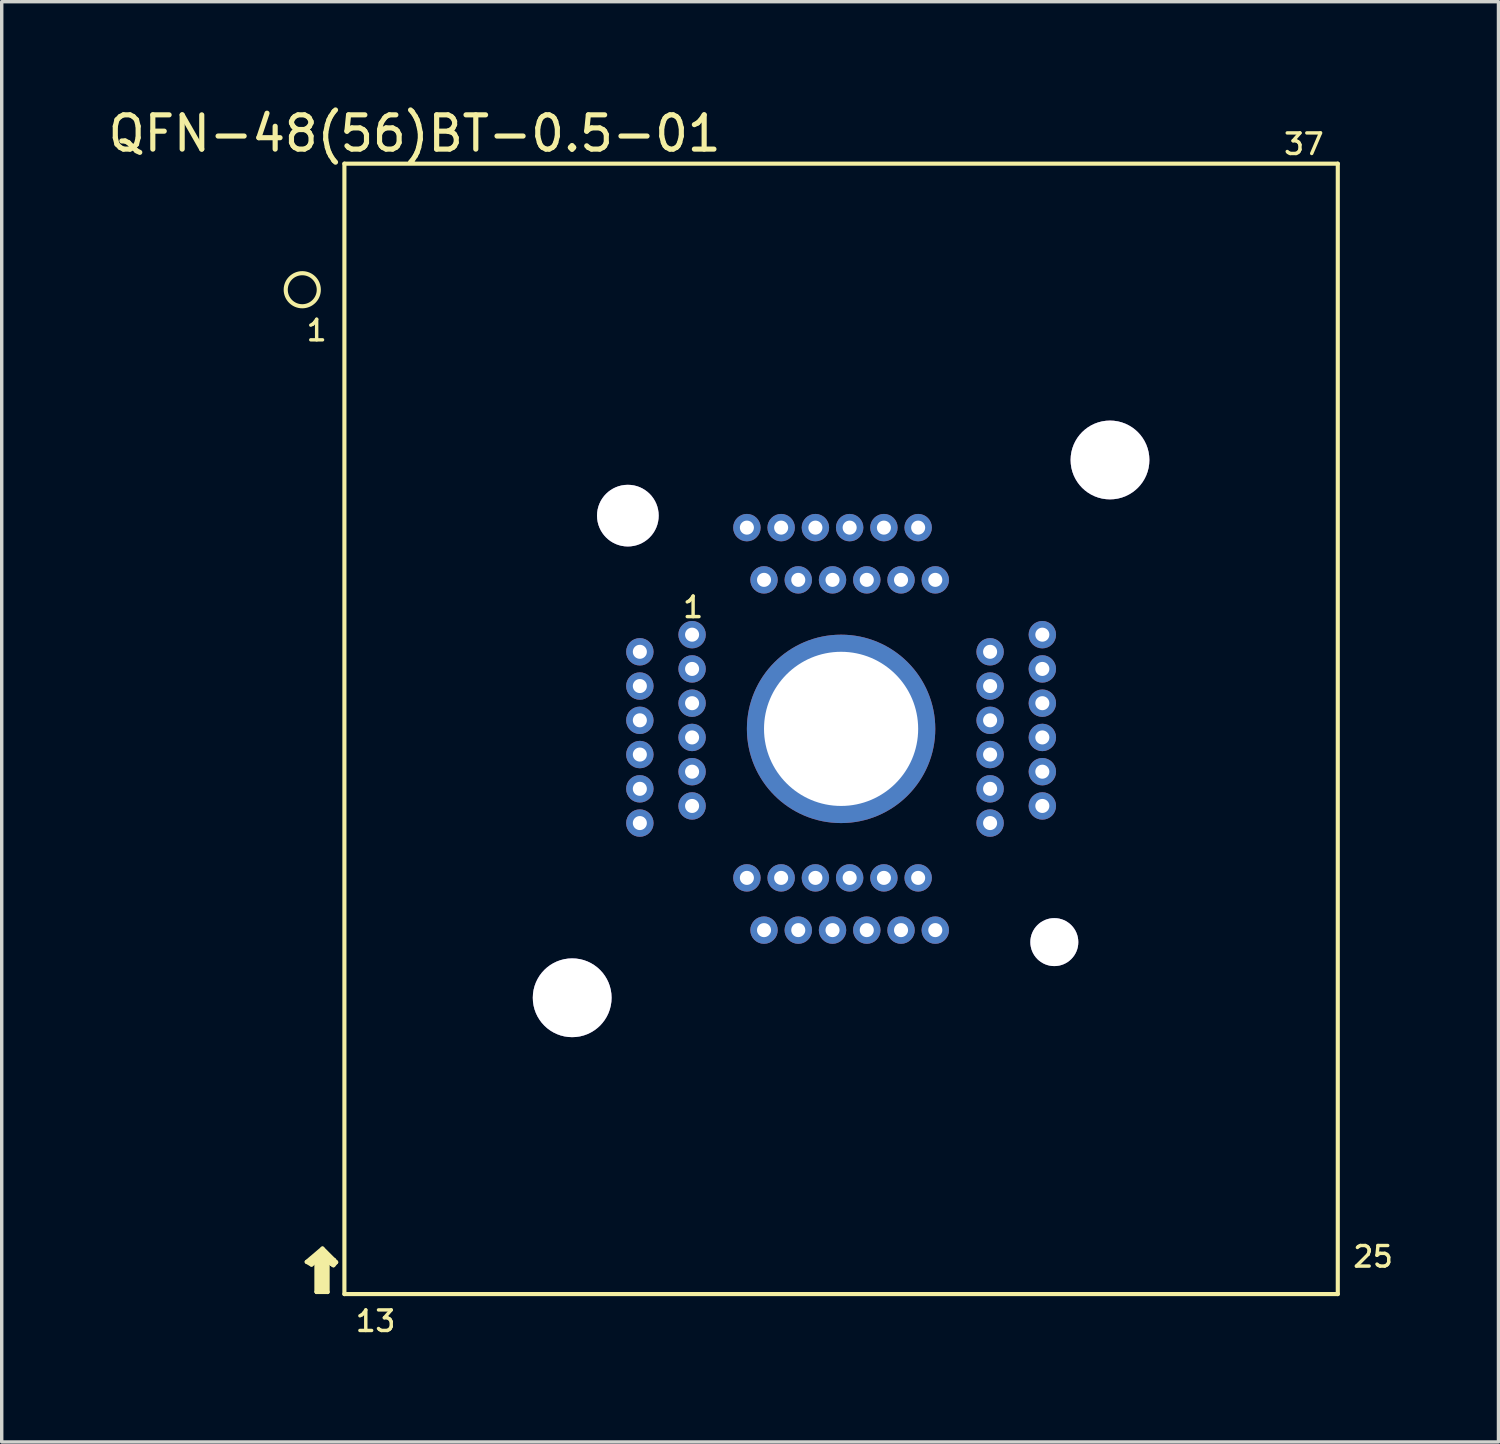
<source format=kicad_pcb>
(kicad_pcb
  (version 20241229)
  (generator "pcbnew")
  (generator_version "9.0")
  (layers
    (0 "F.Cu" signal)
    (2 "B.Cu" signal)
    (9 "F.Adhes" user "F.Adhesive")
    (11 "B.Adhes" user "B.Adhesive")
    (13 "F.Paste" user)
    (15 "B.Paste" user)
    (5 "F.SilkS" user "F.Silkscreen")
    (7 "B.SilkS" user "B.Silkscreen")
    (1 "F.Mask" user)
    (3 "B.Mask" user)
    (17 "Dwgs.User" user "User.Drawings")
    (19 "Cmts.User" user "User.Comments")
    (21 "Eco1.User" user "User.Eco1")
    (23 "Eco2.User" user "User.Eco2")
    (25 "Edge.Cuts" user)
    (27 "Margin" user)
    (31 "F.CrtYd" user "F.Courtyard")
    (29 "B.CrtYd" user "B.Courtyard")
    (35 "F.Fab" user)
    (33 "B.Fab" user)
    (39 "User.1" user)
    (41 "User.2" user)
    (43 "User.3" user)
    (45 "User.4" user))
  (footprint "QFN-48(56)BT-0.5-01"
    (layer "F.Cu")
    (at 21.504 18.228)
    (property "Reference" "QFN-48(56)BT-0.5-01" (at -12.45 -17.38 0) (layer "F.SilkS") (effects (font (size 1 1) (thickness 0.15))))
    (attr through_hole)
    (fp_line (start -15.6 15.56) (end -15.46 15.64) (stroke (width 0.12) (type solid)) (layer "F.SilkS"))
    (fp_line (start -15.46 15.64) (end -15.32 15.53) (stroke (width 0.12) (type solid)) (layer "F.SilkS"))
    (fp_line (start -15.31 15.52) (end -15.31 16.44) (stroke (width 0.12) (type solid)) (layer "F.SilkS"))
    (fp_line (start -15.31 16.43) (end -15.31 15.52) (stroke (width 0.12) (type solid)) (layer "F.SilkS"))
    (fp_line (start -15.31 16.44) (end -14.99 16.44) (stroke (width 0.12) (type solid)) (layer "F.SilkS"))
    (fp_line (start -15.28 15.41) (end -15.47 15.53) (stroke (width 0.12) (type solid)) (layer "F.SilkS"))
    (fp_line (start -15.14 15.17) (end -15.6 15.56) (stroke (width 0.12) (type solid)) (layer "F.SilkS"))
    (fp_line (start -15.14 15.35) (end -15.14 16.3) (stroke (width 0.35) (type solid)) (layer "F.SilkS"))
    (fp_line (start -15.01 16.43) (end -15.31 16.43) (stroke (width 0.12) (type solid)) (layer "F.SilkS"))
    (fp_line (start -14.99 15.53) (end -14.86 15.63) (stroke (width 0.12) (type solid)) (layer "F.SilkS"))
    (fp_line (start -14.99 16.44) (end -14.99 15.53) (stroke (width 0.12) (type solid)) (layer "F.SilkS"))
    (fp_line (start -14.97 15.43) (end -14.9 15.51) (stroke (width 0.12) (type solid)) (layer "F.SilkS"))
    (fp_line (start -14.94 15.57) (end -14.82 15.66) (stroke (width 0.12) (type solid)) (layer "F.SilkS"))
    (fp_line (start -14.86 15.63) (end -14.8 15.51) (stroke (width 0.12) (type solid)) (layer "F.SilkS"))
    (fp_line (start -14.82 15.66) (end -14.74 15.57) (stroke (width 0.12) (type solid)) (layer "F.SilkS"))
    (fp_line (start -14.8 15.51) (end -15.14 15.17) (stroke (width 0.12) (type solid)) (layer "F.SilkS"))
    (fp_line (start -14.74 15.57) (end -14.81 15.5) (stroke (width 0.12) (type solid)) (layer "F.SilkS"))
    (fp_line (start -14.5 -16.5) (end -14.5 16.5) (stroke (width 0.12) (type solid)) (layer "F.SilkS"))
    (fp_line (start -14.5 -16.5) (end 14.5 -16.5) (stroke (width 0.12) (type solid)) (layer "F.SilkS"))
    (fp_line (start -14.5 16.5) (end 14.5 16.5) (stroke (width 0.12) (type solid)) (layer "F.SilkS"))
    (fp_line (start 14.5 -16.5) (end 14.5 16.5) (stroke (width 0.12) (type solid)) (layer "F.SilkS"))
    (fp_circle (center -15.73 -12.82) (end -15.62 -12.35) (stroke (width 0.12) (type solid)) (fill no) (layer "F.SilkS"))
    (fp_text user "1" (at -15.31 -11.63 0) (layer "F.SilkS") (effects (font (size 0.6 0.6) (thickness 0.1))))
    (fp_text user "37" (at 13.51 -17.07 0) (layer "F.SilkS") (effects (font (size 0.6 0.6) (thickness 0.1))))
    (fp_text user "13" (at -13.59 17.29 0) (layer "F.SilkS") (effects (font (size 0.6 0.6) (thickness 0.1))))
    (fp_text user "1" (at -4.32 -3.55 0) (layer "F.SilkS") (effects (font (size 0.6 0.6) (thickness 0.1))))
    (fp_text user "25" (at 15.53 15.41 0) (layer "F.SilkS") (effects (font (size 0.6 0.6) (thickness 0.1))))
    (pad "" thru_hole circle (at -7.85 7.85) (size 2.3 2.3) (drill 2.3) (layers "*.Cu" "*.Mask"))
    (pad "" thru_hole circle (at -6.225 -6.225) (size 1.8 1.8) (drill 1.8) (layers "*.Cu" "*.Mask"))
    (pad "" thru_hole circle (at 6.225 6.225) (size 1.4 1.4) (drill 1.4) (layers "*.Cu" "*.Mask"))
    (pad "" thru_hole circle (at 7.85 -7.85) (size 2.3 2.3) (drill 2.3) (layers "*.Cu" "*.Mask"))
    (pad "1" thru_hole circle (at -4.35 -2.75) (size 0.8 0.8) (drill 0.41) (layers "*.Cu" "*.Mask"))
    (pad "2" thru_hole circle (at -5.875 -2.25) (size 0.8 0.8) (drill 0.41) (layers "*.Cu" "*.Mask"))
    (pad "3" thru_hole circle (at -4.35 -1.75) (size 0.8 0.8) (drill 0.41) (layers "*.Cu" "*.Mask"))
    (pad "4" thru_hole circle (at -5.875 -1.25) (size 0.8 0.8) (drill 0.41) (layers "*.Cu" "*.Mask"))
    (pad "5" thru_hole circle (at -4.35 -0.75) (size 0.8 0.8) (drill 0.41) (layers "*.Cu" "*.Mask"))
    (pad "6" thru_hole circle (at -5.875 -0.25) (size 0.8 0.8) (drill 0.41) (layers "*.Cu" "*.Mask"))
    (pad "7" thru_hole circle (at -4.35 0.25) (size 0.8 0.8) (drill 0.41) (layers "*.Cu" "*.Mask"))
    (pad "8" thru_hole circle (at -5.875 0.75) (size 0.8 0.8) (drill 0.41) (layers "*.Cu" "*.Mask"))
    (pad "9" thru_hole circle (at -4.35 1.25) (size 0.8 0.8) (drill 0.41) (layers "*.Cu" "*.Mask"))
    (pad "10" thru_hole circle (at -5.875 1.75) (size 0.8 0.8) (drill 0.41) (layers "*.Cu" "*.Mask"))
    (pad "11" thru_hole circle (at -4.35 2.25) (size 0.8 0.8) (drill 0.41) (layers "*.Cu" "*.Mask"))
    (pad "12" thru_hole circle (at -5.875 2.75) (size 0.8 0.8) (drill 0.41) (layers "*.Cu" "*.Mask"))
    (pad "13" thru_hole circle (at -2.75 4.35) (size 0.8 0.8) (drill 0.41) (layers "*.Cu" "*.Mask"))
    (pad "14" thru_hole circle (at -2.25 5.875) (size 0.8 0.8) (drill 0.41) (layers "*.Cu" "*.Mask"))
    (pad "15" thru_hole circle (at -1.75 4.35) (size 0.8 0.8) (drill 0.41) (layers "*.Cu" "*.Mask"))
    (pad "16" thru_hole circle (at -1.25 5.875) (size 0.8 0.8) (drill 0.41) (layers "*.Cu" "*.Mask"))
    (pad "17" thru_hole circle (at -0.75 4.35) (size 0.8 0.8) (drill 0.41) (layers "*.Cu" "*.Mask"))
    (pad "18" thru_hole circle (at -0.25 5.875) (size 0.8 0.8) (drill 0.41) (layers "*.Cu" "*.Mask"))
    (pad "19" thru_hole circle (at 0.25 4.35) (size 0.8 0.8) (drill 0.41) (layers "*.Cu" "*.Mask"))
    (pad "20" thru_hole circle (at 0.75 5.875) (size 0.8 0.8) (drill 0.41) (layers "*.Cu" "*.Mask"))
    (pad "21" thru_hole circle (at 1.25 4.35) (size 0.8 0.8) (drill 0.41) (layers "*.Cu" "*.Mask"))
    (pad "22" thru_hole circle (at 1.75 5.875) (size 0.8 0.8) (drill 0.41) (layers "*.Cu" "*.Mask"))
    (pad "23" thru_hole circle (at 2.25 4.35) (size 0.8 0.8) (drill 0.41) (layers "*.Cu" "*.Mask"))
    (pad "24" thru_hole circle (at 2.75 5.875) (size 0.8 0.8) (drill 0.41) (layers "*.Cu" "*.Mask"))
    (pad "25" thru_hole circle (at 4.35 2.75) (size 0.8 0.8) (drill 0.41) (layers "*.Cu" "*.Mask"))
    (pad "26" thru_hole circle (at 5.875 2.25) (size 0.8 0.8) (drill 0.41) (layers "*.Cu" "*.Mask"))
    (pad "27" thru_hole circle (at 4.35 1.75) (size 0.8 0.8) (drill 0.41) (layers "*.Cu" "*.Mask"))
    (pad "28" thru_hole circle (at 5.875 1.25) (size 0.8 0.8) (drill 0.41) (layers "*.Cu" "*.Mask"))
    (pad "29" thru_hole circle (at 4.35 0.75) (size 0.8 0.8) (drill 0.41) (layers "*.Cu" "*.Mask"))
    (pad "30" thru_hole circle (at 5.875 0.25) (size 0.8 0.8) (drill 0.41) (layers "*.Cu" "*.Mask"))
    (pad "31" thru_hole circle (at 4.35 -0.25) (size 0.8 0.8) (drill 0.41) (layers "*.Cu" "*.Mask"))
    (pad "32" thru_hole circle (at 5.875 -0.75) (size 0.8 0.8) (drill 0.41) (layers "*.Cu" "*.Mask"))
    (pad "33" thru_hole circle (at 4.35 -1.25) (size 0.8 0.8) (drill 0.41) (layers "*.Cu" "*.Mask"))
    (pad "34" thru_hole circle (at 5.875 -1.75) (size 0.8 0.8) (drill 0.41) (layers "*.Cu" "*.Mask"))
    (pad "35" thru_hole circle (at 4.35 -2.25) (size 0.8 0.8) (drill 0.41) (layers "*.Cu" "*.Mask"))
    (pad "36" thru_hole circle (at 5.875 -2.75) (size 0.8 0.8) (drill 0.41) (layers "*.Cu" "*.Mask"))
    (pad "37" thru_hole circle (at 2.75 -4.35) (size 0.8 0.8) (drill 0.41) (layers "*.Cu" "*.Mask"))
    (pad "38" thru_hole circle (at 2.25 -5.875) (size 0.8 0.8) (drill 0.41) (layers "*.Cu" "*.Mask"))
    (pad "39" thru_hole circle (at 1.75 -4.35) (size 0.8 0.8) (drill 0.41) (layers "*.Cu" "*.Mask"))
    (pad "40" thru_hole circle (at 1.25 -5.875) (size 0.8 0.8) (drill 0.41) (layers "*.Cu" "*.Mask"))
    (pad "41" thru_hole circle (at 0.75 -4.35) (size 0.8 0.8) (drill 0.41) (layers "*.Cu" "*.Mask"))
    (pad "42" thru_hole circle (at 0.25 -5.875) (size 0.8 0.8) (drill 0.41) (layers "*.Cu" "*.Mask"))
    (pad "43" thru_hole circle (at -0.25 -4.35) (size 0.8 0.8) (drill 0.41) (layers "*.Cu" "*.Mask"))
    (pad "44" thru_hole circle (at -0.75 -5.875) (size 0.8 0.8) (drill 0.41) (layers "*.Cu" "*.Mask"))
    (pad "45" thru_hole circle (at -1.25 -4.35) (size 0.8 0.8) (drill 0.41) (layers "*.Cu" "*.Mask"))
    (pad "46" thru_hole circle (at -1.75 -5.875) (size 0.8 0.8) (drill 0.41) (layers "*.Cu" "*.Mask"))
    (pad "47" thru_hole circle (at -2.25 -4.35) (size 0.8 0.8) (drill 0.41) (layers "*.Cu" "*.Mask"))
    (pad "48" thru_hole circle (at -2.75 -5.875) (size 0.8 0.8) (drill 0.41) (layers "*.Cu" "*.Mask"))
    (pad "49" thru_hole circle (at 0 0) (size 5.5 5.5) (drill 4.5) (layers "*.Cu" "*.Mask")))
  (gr_rect
    (start -3 -3)
    (end 40.695 39.045)
    (stroke (width 0.1) (type default))
    (fill no)
    (layer "Edge.Cuts")))
</source>
